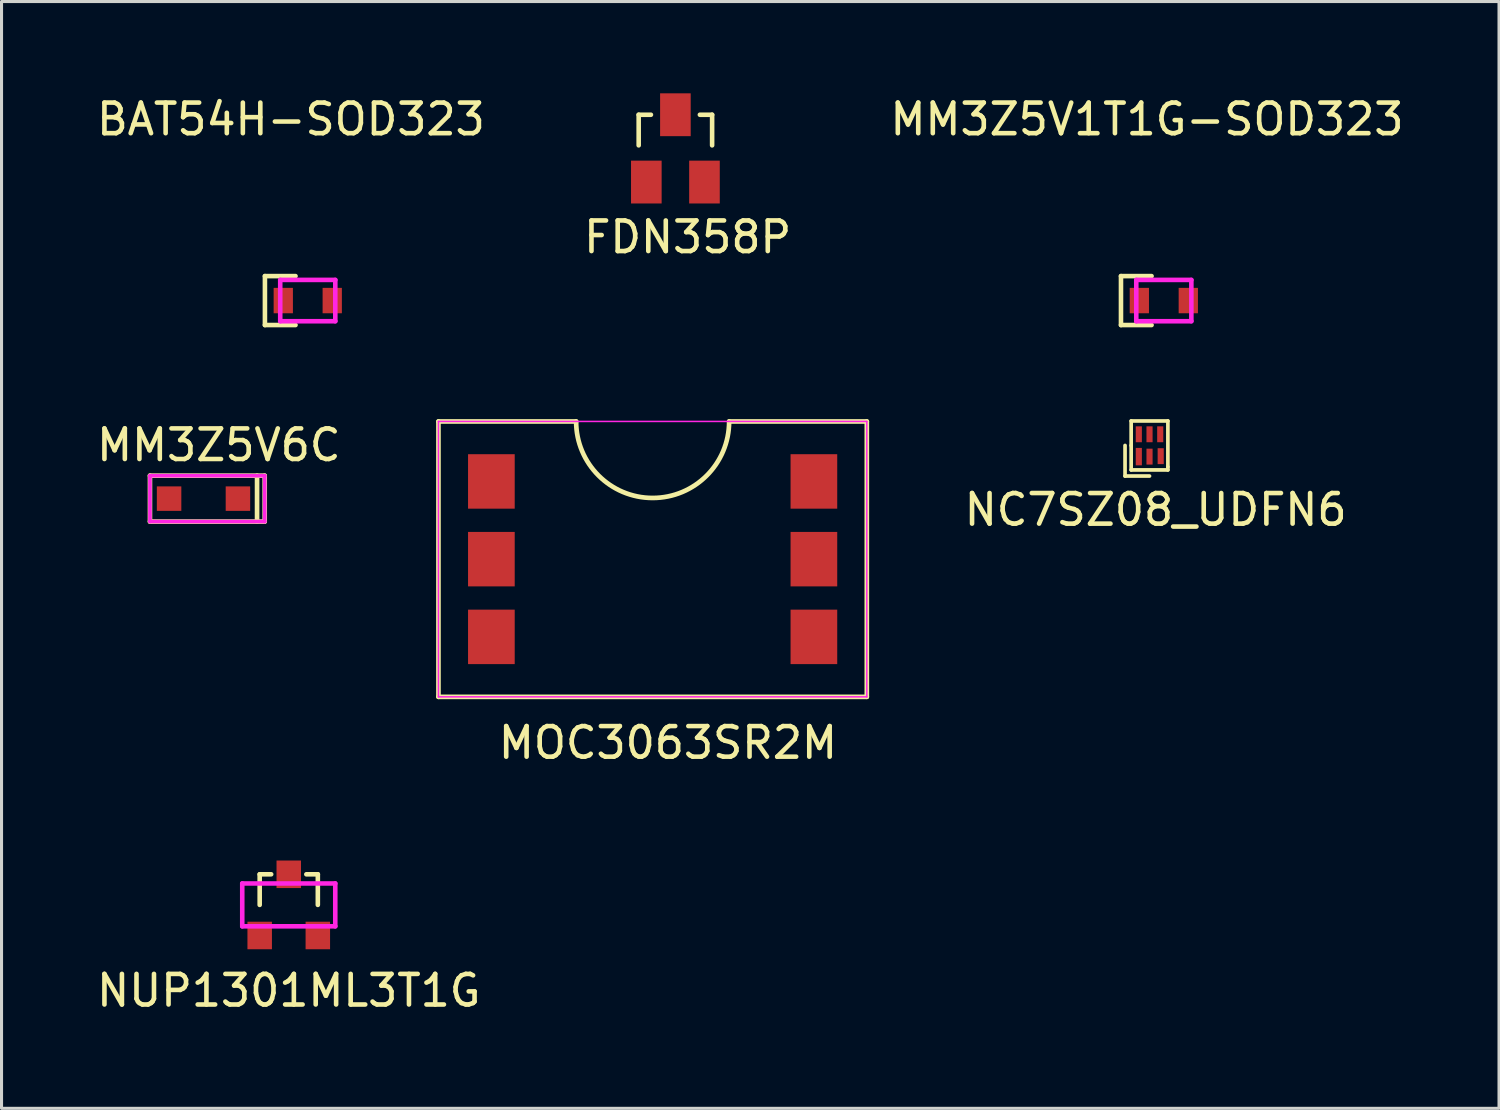
<source format=kicad_pcb>
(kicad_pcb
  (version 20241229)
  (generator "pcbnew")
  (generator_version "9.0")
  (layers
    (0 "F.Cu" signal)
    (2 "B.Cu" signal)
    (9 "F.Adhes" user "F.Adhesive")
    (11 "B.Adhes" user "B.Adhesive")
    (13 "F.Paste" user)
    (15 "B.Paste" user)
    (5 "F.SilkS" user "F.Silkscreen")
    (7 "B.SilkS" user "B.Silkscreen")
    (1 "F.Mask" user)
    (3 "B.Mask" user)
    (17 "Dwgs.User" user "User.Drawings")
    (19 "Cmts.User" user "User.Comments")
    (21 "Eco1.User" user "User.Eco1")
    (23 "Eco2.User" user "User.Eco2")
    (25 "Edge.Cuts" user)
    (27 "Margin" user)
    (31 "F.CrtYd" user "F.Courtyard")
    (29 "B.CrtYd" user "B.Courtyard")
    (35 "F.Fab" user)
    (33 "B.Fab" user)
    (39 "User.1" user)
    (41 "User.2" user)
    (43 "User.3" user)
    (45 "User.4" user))
  (footprint "NC7SZ08_UDFN6"
    (layer "F.Cu")
    (at 34.518 11.508)
    (property "Reference" "NC7SZ08_UDFN6" (at 0.2 2.1 0) (layer "F.SilkS") (effects (font (size 1 1) (thickness 0.15))))
    (attr through_hole)
    (fp_line (start -0.8 0) (end -0.8 1) (stroke (width 0.12) (type solid)) (layer "F.SilkS"))
    (fp_line (start -0.8 1) (end 0 1) (stroke (width 0.12) (type solid)) (layer "F.SilkS"))
    (fp_line (start -0.6 -0.8) (end 0.6 -0.8) (stroke (width 0.12) (type solid)) (layer "F.SilkS"))
    (fp_line (start -0.6 0) (end -0.6 -0.8) (stroke (width 0.12) (type solid)) (layer "F.SilkS"))
    (fp_line (start -0.6 0.8) (end -0.6 0) (stroke (width 0.12) (type solid)) (layer "F.SilkS"))
    (fp_line (start 0.6 -0.8) (end 0.6 0.7) (stroke (width 0.12) (type solid)) (layer "F.SilkS"))
    (fp_line (start 0.6 0.7) (end 0.6 0.8) (stroke (width 0.12) (type solid)) (layer "F.SilkS"))
    (fp_line (start 0.6 0.8) (end -0.6 0.8) (stroke (width 0.12) (type solid)) (layer "F.SilkS"))
    (pad "1" smd rect (at -0.35 0.365) (size 0.2 0.57) (layers "F.Cu" "F.Mask" "F.Paste"))
    (pad "2" smd rect (at 0 0.365) (size 0.2 0.52) (layers "F.Cu" "F.Mask" "F.Paste"))
    (pad "3" smd rect (at 0.365 0.35) (size 0.2 0.52) (layers "F.Cu" "F.Mask" "F.Paste"))
    (pad "4" smd rect (at 0.35 -0.365) (size 0.2 0.52) (layers "F.Cu" "F.Mask" "F.Paste"))
    (pad "5" smd rect (at 0 -0.365) (size 0.2 0.52) (layers "F.Cu" "F.Mask" "F.Paste"))
    (pad "6" smd rect (at -0.35 -0.365) (size 0.2 0.52) (layers "F.Cu" "F.Mask" "F.Paste")))
  (footprint "NUP1301ML3T1G"
    (layer "F.Cu")
    (at 6.387 26.523)
    (property "Reference" "NUP1301ML3T1G" (at 0 2.8 0) (layer "F.SilkS") (effects (font (size 1 1) (thickness 0.15))))
    (attr through_hole)
    (fp_line (start -0.95 -1) (end -0.575 -1) (stroke (width 0.15) (type solid)) (layer "F.SilkS"))
    (fp_line (start -0.95 0) (end -0.95 -1) (stroke (width 0.15) (type solid)) (layer "F.SilkS"))
    (fp_line (start 0.95 -1) (end 0.575 -1) (stroke (width 0.15) (type solid)) (layer "F.SilkS"))
    (fp_line (start 0.95 0) (end 0.95 -1) (stroke (width 0.15) (type solid)) (layer "F.SilkS"))
    (fp_line (start -1.52 -0.7) (end 1.52 -0.7) (stroke (width 0.15) (type solid)) (layer "F.CrtYd"))
    (fp_line (start -1.52 0.7) (end -1.52 -0.7) (stroke (width 0.15) (type solid)) (layer "F.CrtYd"))
    (fp_line (start 1.52 -0.7) (end 1.52 0.7) (stroke (width 0.15) (type solid)) (layer "F.CrtYd"))
    (fp_line (start 1.52 0.7) (end -1.52 0.7) (stroke (width 0.15) (type solid)) (layer "F.CrtYd"))
    (pad "1" smd rect (at -0.95 1) (size 0.8 0.9) (layers "F.Cu" "F.Mask" "F.Paste"))
    (pad "2" smd rect (at 0.95 1) (size 0.8 0.9) (layers "F.Cu" "F.Mask" "F.Paste"))
    (pad "3" smd rect (at 0 -1) (size 0.8 0.9) (layers "F.Cu" "F.Mask" "F.Paste")))
  (footprint "FDN358P"
    (layer "F.Cu")
    (at 19.023 2.9)
    (property "Reference" "FDN358P" (at 0.4 1.8 0) (layer "F.SilkS") (effects (font (size 1 1) (thickness 0.15))))
    (attr through_hole)
    (fp_line (start -1.2 -2.2) (end -0.8 -2.2) (stroke (width 0.15) (type solid)) (layer "F.SilkS"))
    (fp_line (start -1.2 -1.2) (end -1.2 -2.2) (stroke (width 0.15) (type solid)) (layer "F.SilkS"))
    (fp_line (start 0.8 -2.2) (end 1.2 -2.2) (stroke (width 0.15) (type solid)) (layer "F.SilkS"))
    (fp_line (start 1.2 -2.2) (end 1.2 -1.2) (stroke (width 0.15) (type solid)) (layer "F.SilkS"))
    (pad "1" smd rect (at -0.95 0) (size 1 1.4) (layers "F.Cu" "F.Mask" "F.Paste"))
    (pad "2" smd rect (at 0.95 0) (size 1 1.4) (layers "F.Cu" "F.Mask" "F.Paste"))
    (pad "3" smd rect (at 0 -2.2) (size 1 1.4) (layers "F.Cu" "F.Mask" "F.Paste")))
  (footprint "MM3Z5V6C"
    (layer "F.Cu")
    (at 3.601 13.246)
    (property "Reference" "MM3Z5V6C" (at 0.5 -1.75 0) (layer "F.SilkS") (effects (font (size 1 1) (thickness 0.15))))
    (attr through_hole)
    (fp_line (start -1.75 -0.75) (end -1.75 0.75) (stroke (width 0.152) (type solid)) (layer "F.SilkS"))
    (fp_line (start -1.75 0.75) (end 2 0.75) (stroke (width 0.152) (type solid)) (layer "F.SilkS"))
    (fp_line (start 1.75 -0.75) (end 1.75 0.75) (stroke (width 0.152) (type solid)) (layer "F.SilkS"))
    (fp_line (start 2 -0.75) (end -1.75 -0.75) (stroke (width 0.152) (type solid)) (layer "F.SilkS"))
    (fp_line (start 2 0.75) (end 2 -0.75) (stroke (width 0.152) (type solid)) (layer "F.SilkS"))
    (fp_line (start -1.75 -0.75) (end -1.75 0.75) (stroke (width 0.12) (type solid)) (layer "F.CrtYd"))
    (fp_line (start -1.75 0.75) (end 2 0.75) (stroke (width 0.12) (type solid)) (layer "F.CrtYd"))
    (fp_line (start 2 -0.75) (end -1.75 -0.75) (stroke (width 0.12) (type solid)) (layer "F.CrtYd"))
    (fp_line (start 2 0.75) (end 2 -0.75) (stroke (width 0.12) (type solid)) (layer "F.CrtYd"))
    (pad "1" smd rect (at 1.125 0) (size 0.8 0.8) (layers "F.Cu" "F.Mask" "F.Paste"))
    (pad "2" smd rect (at -1.125 0) (size 0.8 0.8) (layers "F.Cu" "F.Mask" "F.Paste")))
  (footprint "BAT54H-SOD323"
    (layer "F.Cu")
    (at 7.008 6.773)
    (property "Reference" "BAT54H-SOD323" (at -0.55 -5.925 0) (layer "F.SilkS") (effects (font (size 1 1) (thickness 0.15))))
    (attr through_hole)
    (fp_line (start -1.4 -0.8) (end -1.4 0.8) (stroke (width 0.15) (type solid)) (layer "F.SilkS"))
    (fp_line (start -1.4 0.8) (end -0.4 0.8) (stroke (width 0.15) (type solid)) (layer "F.SilkS"))
    (fp_line (start -0.4 -0.8) (end -1.4 -0.8) (stroke (width 0.15) (type solid)) (layer "F.SilkS"))
    (fp_line (start -0.9 -0.675) (end 0.9 -0.675) (stroke (width 0.15) (type solid)) (layer "F.CrtYd"))
    (fp_line (start -0.9 0.675) (end -0.9 -0.675) (stroke (width 0.15) (type solid)) (layer "F.CrtYd"))
    (fp_line (start 0.9 -0.675) (end 0.9 0.675) (stroke (width 0.15) (type solid)) (layer "F.CrtYd"))
    (fp_line (start 0.9 0.675) (end -0.9 0.675) (stroke (width 0.15) (type solid)) (layer "F.CrtYd"))
    (pad "1" smd rect (at -0.8 0) (size 0.63 0.83) (layers "F.Cu" "F.Mask" "F.Paste"))
    (pad "2" smd rect (at 0.8 0) (size 0.63 0.83) (layers "F.Cu" "F.Mask" "F.Paste")))
  (footprint "MM3Z5V1T1G-SOD323"
    (layer "F.Cu")
    (at 34.985 6.773)
    (property "Reference" "MM3Z5V1T1G-SOD323" (at -0.55 -5.925 0) (layer "F.SilkS") (effects (font (size 1 1) (thickness 0.15))))
    (attr through_hole)
    (fp_line (start -1.4 -0.8) (end -1.4 0.8) (stroke (width 0.15) (type solid)) (layer "F.SilkS"))
    (fp_line (start -1.4 0.8) (end -0.4 0.8) (stroke (width 0.15) (type solid)) (layer "F.SilkS"))
    (fp_line (start -0.4 -0.8) (end -1.4 -0.8) (stroke (width 0.15) (type solid)) (layer "F.SilkS"))
    (fp_line (start -0.9 -0.675) (end 0.9 -0.675) (stroke (width 0.15) (type solid)) (layer "F.CrtYd"))
    (fp_line (start -0.9 0.675) (end -0.9 -0.675) (stroke (width 0.15) (type solid)) (layer "F.CrtYd"))
    (fp_line (start 0.9 -0.675) (end 0.9 0.675) (stroke (width 0.15) (type solid)) (layer "F.CrtYd"))
    (fp_line (start 0.9 0.675) (end -0.9 0.675) (stroke (width 0.15) (type solid)) (layer "F.CrtYd"))
    (pad "1" smd rect (at -0.8 0) (size 0.63 0.83) (layers "F.Cu" "F.Mask" "F.Paste"))
    (pad "2" smd rect (at 0.8 0) (size 0.63 0.83) (layers "F.Cu" "F.Mask" "F.Paste")))
  (footprint "MOC3063SR2M"
    (layer "F.Cu")
    (at 18.279 15.224)
    (property "Reference" "MOC3063SR2M" (at 0.5 6 0) (layer "F.SilkS") (effects (font (size 1 1) (thickness 0.15))))
    (attr through_hole)
    (fp_line (start -7 -4.5) (end -7 4.5) (stroke (width 0.152) (type solid)) (layer "F.SilkS"))
    (fp_line (start -7 -4.5) (end -2.5 -4.5) (stroke (width 0.152) (type solid)) (layer "F.SilkS"))
    (fp_line (start -7 4.5) (end 7 4.5) (stroke (width 0.152) (type solid)) (layer "F.SilkS"))
    (fp_line (start 7 -4.5) (end 2.5 -4.5) (stroke (width 0.152) (type solid)) (layer "F.SilkS"))
    (fp_line (start 7 4.5) (end 7 -4.5) (stroke (width 0.152) (type solid)) (layer "F.SilkS"))
    (fp_arc (start 2.5 -4.5) (mid 0 -2) (end -2.5 -4.5) (stroke (width 0.1524) (type solid)) (layer "F.SilkS"))
    (fp_line (start -7 -4.5) (end -7 4.5) (stroke (width 0.05) (type default)) (layer "F.CrtYd"))
    (fp_line (start -7 4.5) (end 7 4.5) (stroke (width 0.05) (type default)) (layer "F.CrtYd"))
    (fp_line (start 7 -4.5) (end -7 -4.5) (stroke (width 0.05) (type default)) (layer "F.CrtYd"))
    (fp_line (start 7 4.5) (end 7 -4.5) (stroke (width 0.05) (type default)) (layer "F.CrtYd"))
    (pad "1" smd rect (at -5.27 -2.54) (size 1.525 1.78) (layers "F.Cu" "F.Mask" "F.Paste"))
    (pad "2" smd rect (at -5.27 0) (size 1.525 1.78) (layers "F.Cu" "F.Mask" "F.Paste"))
    (pad "3" smd rect (at -5.27 2.54) (size 1.525 1.78) (layers "F.Cu" "F.Mask" "F.Paste"))
    (pad "4" smd rect (at 5.27 2.54) (size 1.525 1.78) (layers "F.Cu" "F.Mask" "F.Paste"))
    (pad "5" smd rect (at 5.27 0) (size 1.525 1.78) (layers "F.Cu" "F.Mask" "F.Paste"))
    (pad "6" smd rect (at 5.27 -2.54) (size 1.525 1.78) (layers "F.Cu" "F.Mask" "F.Paste")))
  (gr_rect
    (start -3 -3)
    (end 45.94 33.171)
    (stroke (width 0.1) (type default))
    (fill no)
    (layer "Edge.Cuts")))
</source>
